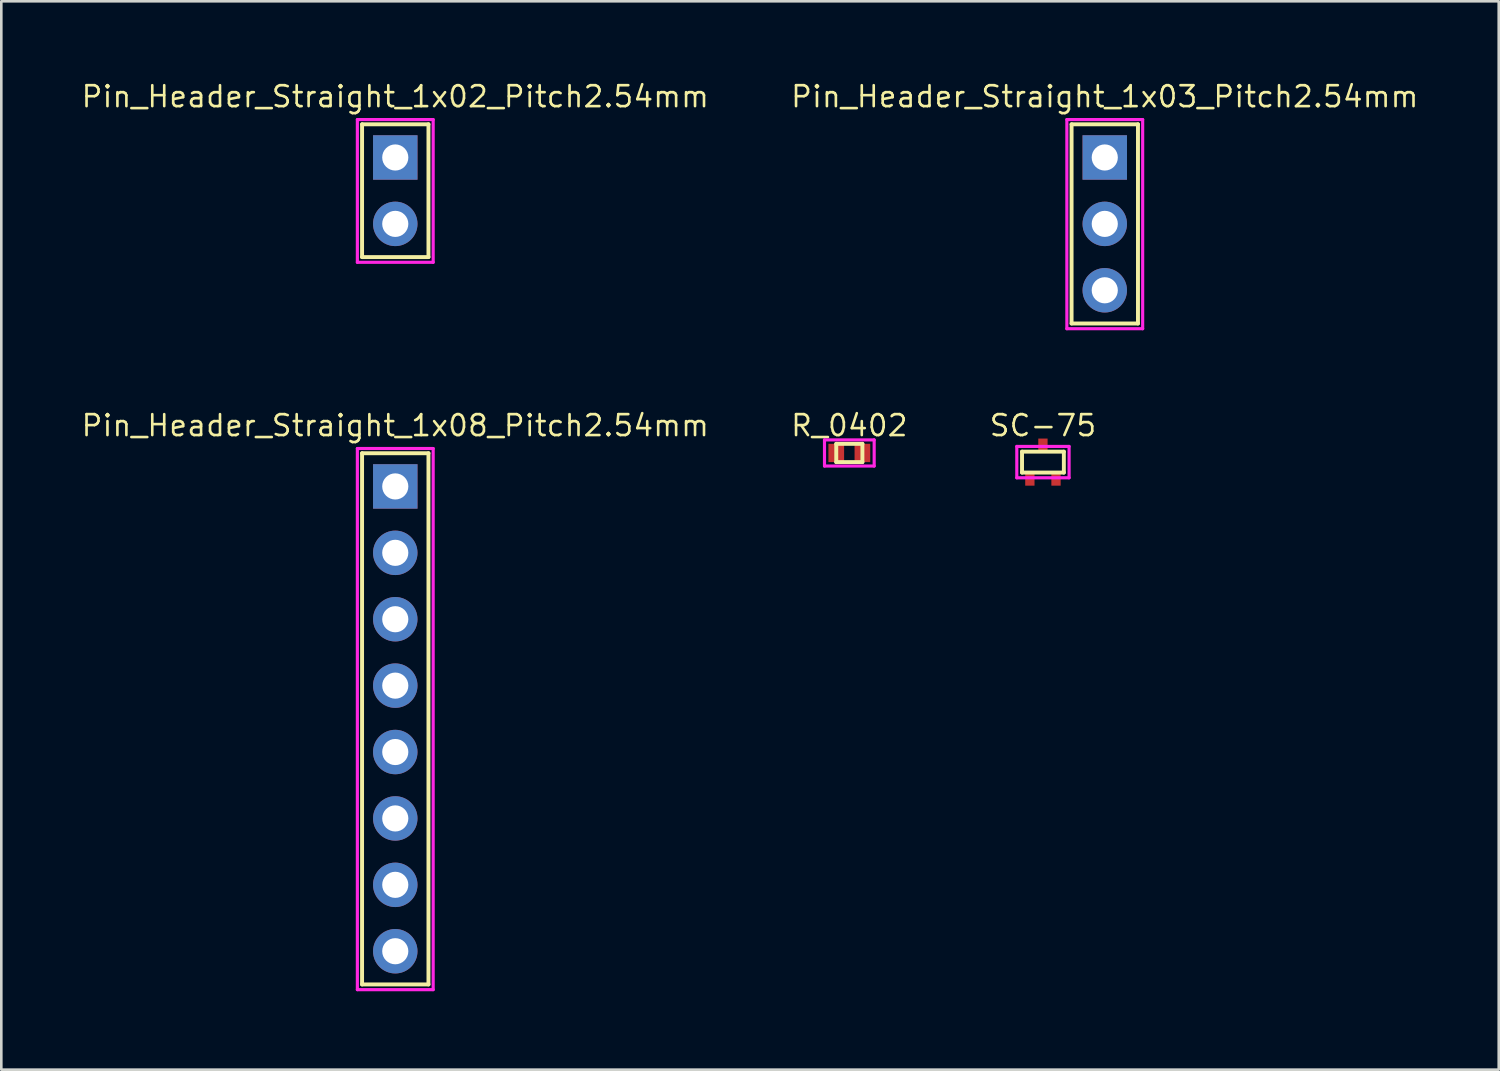
<source format=kicad_pcb>
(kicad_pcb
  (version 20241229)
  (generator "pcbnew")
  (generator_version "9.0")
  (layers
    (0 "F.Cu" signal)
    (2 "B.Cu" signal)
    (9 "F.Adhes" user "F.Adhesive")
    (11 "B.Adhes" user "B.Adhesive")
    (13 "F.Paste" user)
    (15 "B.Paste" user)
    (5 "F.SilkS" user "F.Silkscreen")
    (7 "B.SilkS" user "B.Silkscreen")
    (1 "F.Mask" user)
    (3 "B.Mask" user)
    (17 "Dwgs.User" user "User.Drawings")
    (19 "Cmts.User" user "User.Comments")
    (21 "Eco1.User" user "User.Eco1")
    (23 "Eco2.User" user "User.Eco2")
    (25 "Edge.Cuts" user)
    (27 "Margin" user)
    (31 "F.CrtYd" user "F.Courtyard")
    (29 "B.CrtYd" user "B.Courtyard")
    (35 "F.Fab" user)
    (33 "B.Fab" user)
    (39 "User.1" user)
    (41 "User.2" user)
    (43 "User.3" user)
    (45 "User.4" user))
  (footprint "Pin_Header_Straight_1x03_Pitch2.54mm"
    (layer "F.Cu")
    (at 39.21 2.974)
    (property "Reference" "Pin_Header_Straight_1x03_Pitch2.54mm" (at 0 -2.33 0) (layer "F.SilkS") (effects (font (size 0.8 0.8) (thickness 0.1))))
    (attr through_hole)
    (fp_line (start -1.27 -1.27) (end -1.27 6.35) (stroke (width 0.15) (type solid)) (layer "F.SilkS"))
    (fp_line (start -1.27 -1.27) (end 1.27 -1.27) (stroke (width 0.15) (type solid)) (layer "F.SilkS"))
    (fp_line (start -1.27 6.35) (end 1.27 6.35) (stroke (width 0.15) (type solid)) (layer "F.SilkS"))
    (fp_line (start 1.27 -1.27) (end 1.27 6.35) (stroke (width 0.15) (type solid)) (layer "F.SilkS"))
    (fp_line (start -1.45 -1.45) (end -1.45 6.55) (stroke (width 0.12) (type solid)) (layer "F.CrtYd"))
    (fp_line (start -1.45 6.55) (end 1.45 6.55) (stroke (width 0.12) (type solid)) (layer "F.CrtYd"))
    (fp_line (start 1.45 -1.45) (end -1.45 -1.45) (stroke (width 0.12) (type solid)) (layer "F.CrtYd"))
    (fp_line (start 1.45 6.55) (end 1.45 -1.45) (stroke (width 0.12) (type solid)) (layer "F.CrtYd"))
    (pad "1" thru_hole rect (at 0 0) (size 1.7 1.7) (drill 1) (layers "*.Cu" "*.Mask"))
    (pad "2" thru_hole oval (at 0 2.54) (size 1.7 1.7) (drill 1) (layers "*.Cu" "*.Mask"))
    (pad "3" thru_hole oval (at 0 5.08) (size 1.7 1.7) (drill 1) (layers "*.Cu" "*.Mask")))
  (footprint "R_0402"
    (layer "F.Cu")
    (at 29.439 14.277)
    (property "Reference" "R_0402" (at 0 -1.05 0) (layer "F.SilkS") (effects (font (size 0.8 0.8) (thickness 0.1))))
    (attr smd)
    (fp_line (start -0.5 -0.35) (end 0.5 -0.35) (stroke (width 0.15) (type solid)) (layer "F.SilkS"))
    (fp_line (start -0.5 0.35) (end -0.5 -0.35) (stroke (width 0.15) (type solid)) (layer "F.SilkS"))
    (fp_line (start 0.5 -0.35) (end 0.5 0.35) (stroke (width 0.15) (type solid)) (layer "F.SilkS"))
    (fp_line (start 0.5 0.35) (end -0.5 0.35) (stroke (width 0.15) (type solid)) (layer "F.SilkS"))
    (fp_line (start -0.95 0.5) (end -0.95 -0.5) (stroke (width 0.12) (type solid)) (layer "F.CrtYd"))
    (fp_line (start 0.95 -0.5) (end -0.95 -0.5) (stroke (width 0.12) (type solid)) (layer "F.CrtYd"))
    (fp_line (start 0.95 -0.5) (end 0.95 0.5) (stroke (width 0.12) (type solid)) (layer "F.CrtYd"))
    (fp_line (start 0.95 0.5) (end -0.95 0.5) (stroke (width 0.12) (type solid)) (layer "F.CrtYd"))
    (pad "1" smd rect (at -0.5 0) (size 0.6 0.7) (layers "F.Cu" "F.Mask" "F.Paste"))
    (pad "2" smd rect (at 0.5 0) (size 0.6 0.7) (layers "F.Cu" "F.Mask" "F.Paste")))
  (footprint "Pin_Header_Straight_1x08_Pitch2.54mm"
    (layer "F.Cu")
    (at 12.07 15.557)
    (property "Reference" "Pin_Header_Straight_1x08_Pitch2.54mm" (at 0 -2.33 0) (layer "F.SilkS") (effects (font (size 0.8 0.8) (thickness 0.1))))
    (attr through_hole)
    (fp_line (start -1.27 -1.27) (end -1.27 19.05) (stroke (width 0.15) (type solid)) (layer "F.SilkS"))
    (fp_line (start -1.27 -1.27) (end 1.27 -1.27) (stroke (width 0.15) (type solid)) (layer "F.SilkS"))
    (fp_line (start -1.27 19.05) (end 1.27 19.05) (stroke (width 0.15) (type solid)) (layer "F.SilkS"))
    (fp_line (start 1.27 -1.27) (end 1.27 19.05) (stroke (width 0.15) (type solid)) (layer "F.SilkS"))
    (fp_line (start -1.45 -1.45) (end -1.45 19.25) (stroke (width 0.12) (type solid)) (layer "F.CrtYd"))
    (fp_line (start -1.45 19.25) (end 1.45 19.25) (stroke (width 0.12) (type solid)) (layer "F.CrtYd"))
    (fp_line (start 1.45 -1.45) (end -1.45 -1.45) (stroke (width 0.12) (type solid)) (layer "F.CrtYd"))
    (fp_line (start 1.45 19.25) (end 1.45 -1.45) (stroke (width 0.12) (type solid)) (layer "F.CrtYd"))
    (pad "1" thru_hole rect (at 0 0) (size 1.7 1.7) (drill 1) (layers "*.Cu" "*.Mask"))
    (pad "2" thru_hole oval (at 0 2.54) (size 1.7 1.7) (drill 1) (layers "*.Cu" "*.Mask"))
    (pad "3" thru_hole oval (at 0 5.08) (size 1.7 1.7) (drill 1) (layers "*.Cu" "*.Mask"))
    (pad "4" thru_hole oval (at 0 7.62) (size 1.7 1.7) (drill 1) (layers "*.Cu" "*.Mask"))
    (pad "5" thru_hole oval (at 0 10.16) (size 1.7 1.7) (drill 1) (layers "*.Cu" "*.Mask"))
    (pad "6" thru_hole oval (at 0 12.7) (size 1.7 1.7) (drill 1) (layers "*.Cu" "*.Mask"))
    (pad "7" thru_hole oval (at 0 15.24) (size 1.7 1.7) (drill 1) (layers "*.Cu" "*.Mask"))
    (pad "8" thru_hole oval (at 0 17.78) (size 1.7 1.7) (drill 1) (layers "*.Cu" "*.Mask")))
  (footprint "Pin_Header_Straight_1x02_Pitch2.54mm"
    (layer "F.Cu")
    (at 12.07 2.974)
    (property "Reference" "Pin_Header_Straight_1x02_Pitch2.54mm" (at 0 -2.33 0) (layer "F.SilkS") (effects (font (size 0.8 0.8) (thickness 0.1))))
    (attr through_hole)
    (fp_line (start -1.27 -1.27) (end -1.27 3.81) (stroke (width 0.15) (type solid)) (layer "F.SilkS"))
    (fp_line (start -1.27 -1.27) (end 1.27 -1.27) (stroke (width 0.15) (type solid)) (layer "F.SilkS"))
    (fp_line (start -1.27 3.81) (end 1.27 3.81) (stroke (width 0.15) (type solid)) (layer "F.SilkS"))
    (fp_line (start 1.27 -1.27) (end 1.27 3.81) (stroke (width 0.15) (type solid)) (layer "F.SilkS"))
    (fp_line (start -1.45 -1.45) (end -1.45 4.01) (stroke (width 0.12) (type solid)) (layer "F.CrtYd"))
    (fp_line (start -1.45 4.01) (end 1.45 4.01) (stroke (width 0.12) (type solid)) (layer "F.CrtYd"))
    (fp_line (start 1.45 -1.45) (end -1.45 -1.45) (stroke (width 0.12) (type solid)) (layer "F.CrtYd"))
    (fp_line (start 1.45 4.01) (end 1.45 -1.45) (stroke (width 0.12) (type solid)) (layer "F.CrtYd"))
    (pad "1" thru_hole rect (at 0 0) (size 1.7 1.7) (drill 1) (layers "*.Cu" "*.Mask"))
    (pad "2" thru_hole oval (at 0 2.54) (size 1.7 1.7) (drill 1) (layers "*.Cu" "*.Mask")))
  (footprint "SC-75"
    (layer "F.Cu")
    (at 36.845 14.627)
    (property "Reference" "SC-75" (at 0 -1.4 0) (layer "F.SilkS") (effects (font (size 0.8 0.8) (thickness 0.1))))
    (attr smd)
    (fp_line (start -0.8 -0.4) (end 0.8 -0.4) (stroke (width 0.15) (type solid)) (layer "F.SilkS"))
    (fp_line (start -0.8 0.4) (end -0.8 -0.4) (stroke (width 0.15) (type solid)) (layer "F.SilkS"))
    (fp_line (start 0.8 -0.4) (end 0.8 0.4) (stroke (width 0.15) (type solid)) (layer "F.SilkS"))
    (fp_line (start 0.8 0.4) (end -0.8 0.4) (stroke (width 0.15) (type solid)) (layer "F.SilkS"))
    (fp_line (start -1 -0.6) (end -1 0.6) (stroke (width 0.12) (type solid)) (layer "F.CrtYd"))
    (fp_line (start -1 0.6) (end 1 0.6) (stroke (width 0.12) (type solid)) (layer "F.CrtYd"))
    (fp_line (start 1 -0.6) (end -1 -0.6) (stroke (width 0.12) (type solid)) (layer "F.CrtYd"))
    (fp_line (start 1 0.6) (end 1 -0.6) (stroke (width 0.12) (type solid)) (layer "F.CrtYd"))
    (pad "1" smd rect (at -0.5 0.647) (size 0.356 0.508) (layers "F.Cu" "F.Mask" "F.Paste"))
    (pad "2" smd rect (at 0.5 0.647) (size 0.356 0.508) (layers "F.Cu" "F.Mask" "F.Paste"))
    (pad "3" smd rect (at 0 -0.647) (size 0.356 0.508) (layers "F.Cu" "F.Mask" "F.Paste")))
  (gr_rect
    (start -3 -3)
    (end 54.28 37.867)
    (stroke (width 0.1) (type default))
    (fill no)
    (layer "Edge.Cuts")))
</source>
